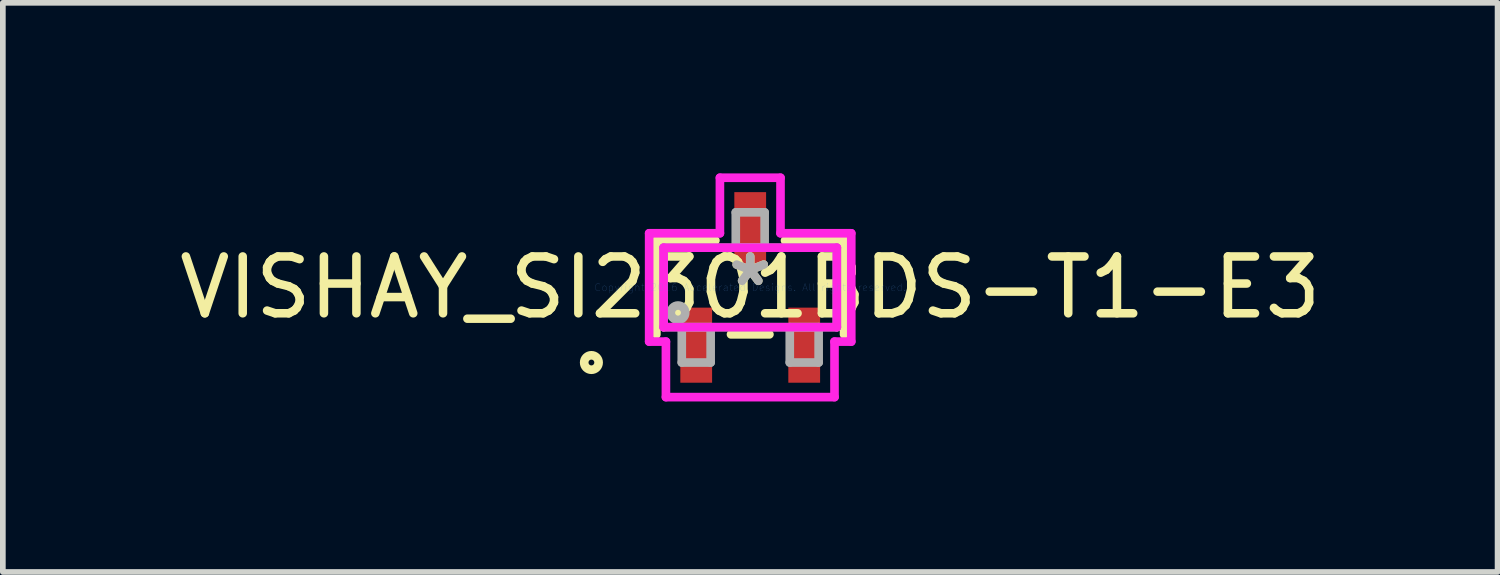
<source format=kicad_pcb>
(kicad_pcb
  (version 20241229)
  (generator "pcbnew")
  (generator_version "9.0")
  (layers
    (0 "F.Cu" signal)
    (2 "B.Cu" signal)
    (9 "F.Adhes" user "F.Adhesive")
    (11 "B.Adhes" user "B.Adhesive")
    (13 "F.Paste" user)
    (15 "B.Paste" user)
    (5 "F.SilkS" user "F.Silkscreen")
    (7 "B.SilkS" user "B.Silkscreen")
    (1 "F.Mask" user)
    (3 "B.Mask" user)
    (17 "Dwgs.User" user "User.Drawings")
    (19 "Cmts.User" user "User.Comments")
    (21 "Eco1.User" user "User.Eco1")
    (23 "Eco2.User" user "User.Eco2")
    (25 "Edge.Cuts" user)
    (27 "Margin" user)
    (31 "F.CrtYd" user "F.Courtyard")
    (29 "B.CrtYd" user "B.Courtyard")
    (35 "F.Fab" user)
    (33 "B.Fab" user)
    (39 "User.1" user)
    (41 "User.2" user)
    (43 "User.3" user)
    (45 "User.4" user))
  (footprint "VISHAY_SI2301BDS-T1-E3"
    (layer "F.Cu")
    (at 10.149 2.007)
    (property "Reference" "VISHAY_SI2301BDS-T1-E3" (at 0 0 0) (layer "F.SilkS") (effects (font (size 1 1) (thickness 0.15))))
    (attr through_hole)
    (fp_line (start -1.651 -0.826) (end -1.651 0.826) (stroke (width 0.152) (type solid)) (layer "F.SilkS"))
    (fp_line (start -0.612 -0.826) (end -1.651 -0.826) (stroke (width 0.152) (type solid)) (layer "F.SilkS"))
    (fp_line (start -0.338 0.826) (end 0.338 0.826) (stroke (width 0.152) (type solid)) (layer "F.SilkS"))
    (fp_line (start 1.651 -0.826) (end 0.612 -0.826) (stroke (width 0.152) (type solid)) (layer "F.SilkS"))
    (fp_line (start 1.651 0.826) (end 1.651 -0.826) (stroke (width 0.152) (type solid)) (layer "F.SilkS"))
    (fp_circle (center -2.794 1.321) (end -2.667 1.321) (stroke (width 0.152) (type solid)) (fill no) (layer "F.SilkS"))
    (fp_line (start -1.778 -0.953) (end -0.533 -0.953) (stroke (width 0.152) (type solid)) (layer "F.CrtYd"))
    (fp_line (start -1.778 0.953) (end -1.778 -0.953) (stroke (width 0.152) (type solid)) (layer "F.CrtYd"))
    (fp_line (start -1.524 -0.699) (end 1.524 -0.699) (stroke (width 0.152) (type solid)) (layer "F.CrtYd"))
    (fp_line (start -1.524 0.699) (end -1.524 -0.699) (stroke (width 0.152) (type solid)) (layer "F.CrtYd"))
    (fp_line (start -1.483 0.953) (end -1.778 0.953) (stroke (width 0.152) (type solid)) (layer "F.CrtYd"))
    (fp_line (start -1.483 1.93) (end -1.483 0.953) (stroke (width 0.152) (type solid)) (layer "F.CrtYd"))
    (fp_line (start -0.533 -1.93) (end 0.533 -1.93) (stroke (width 0.152) (type solid)) (layer "F.CrtYd"))
    (fp_line (start -0.533 -0.953) (end -0.533 -1.93) (stroke (width 0.152) (type solid)) (layer "F.CrtYd"))
    (fp_line (start 0.533 -1.93) (end 0.533 -0.953) (stroke (width 0.152) (type solid)) (layer "F.CrtYd"))
    (fp_line (start 0.533 -0.953) (end 1.778 -0.953) (stroke (width 0.152) (type solid)) (layer "F.CrtYd"))
    (fp_line (start 1.483 0.953) (end 1.483 1.93) (stroke (width 0.152) (type solid)) (layer "F.CrtYd"))
    (fp_line (start 1.483 1.93) (end -1.483 1.93) (stroke (width 0.152) (type solid)) (layer "F.CrtYd"))
    (fp_line (start 1.524 -0.699) (end 1.524 0.699) (stroke (width 0.152) (type solid)) (layer "F.CrtYd"))
    (fp_line (start 1.524 0.699) (end -1.524 0.699) (stroke (width 0.152) (type solid)) (layer "F.CrtYd"))
    (fp_line (start 1.778 -0.953) (end 1.778 0.953) (stroke (width 0.152) (type solid)) (layer "F.CrtYd"))
    (fp_line (start 1.778 0.953) (end 1.483 0.953) (stroke (width 0.152) (type solid)) (layer "F.CrtYd"))
    (fp_line (start -1.524 -0.699) (end -1.524 0.699) (stroke (width 0.152) (type solid)) (layer "F.Fab"))
    (fp_line (start -1.524 0.699) (end 1.524 0.699) (stroke (width 0.152) (type solid)) (layer "F.Fab"))
    (fp_line (start -1.204 0.699) (end -1.204 1.321) (stroke (width 0.152) (type solid)) (layer "F.Fab"))
    (fp_line (start -1.204 1.321) (end -0.696 1.321) (stroke (width 0.152) (type solid)) (layer "F.Fab"))
    (fp_line (start -0.696 0.699) (end -1.204 0.699) (stroke (width 0.152) (type solid)) (layer "F.Fab"))
    (fp_line (start -0.696 1.321) (end -0.696 0.699) (stroke (width 0.152) (type solid)) (layer "F.Fab"))
    (fp_line (start -0.254 -1.321) (end -0.254 -0.699) (stroke (width 0.152) (type solid)) (layer "F.Fab"))
    (fp_line (start -0.254 -0.699) (end 0.254 -0.699) (stroke (width 0.152) (type solid)) (layer "F.Fab"))
    (fp_line (start 0.254 -1.321) (end -0.254 -1.321) (stroke (width 0.152) (type solid)) (layer "F.Fab"))
    (fp_line (start 0.254 -0.699) (end 0.254 -1.321) (stroke (width 0.152) (type solid)) (layer "F.Fab"))
    (fp_line (start 0.696 0.699) (end 0.696 1.321) (stroke (width 0.152) (type solid)) (layer "F.Fab"))
    (fp_line (start 0.696 1.321) (end 1.204 1.321) (stroke (width 0.152) (type solid)) (layer "F.Fab"))
    (fp_line (start 1.204 0.699) (end 0.696 0.699) (stroke (width 0.152) (type solid)) (layer "F.Fab"))
    (fp_line (start 1.204 1.321) (end 1.204 0.699) (stroke (width 0.152) (type solid)) (layer "F.Fab"))
    (fp_line (start 1.524 -0.699) (end -1.524 -0.699) (stroke (width 0.152) (type solid)) (layer "F.Fab"))
    (fp_line (start 1.524 0.699) (end 1.524 -0.699) (stroke (width 0.152) (type solid)) (layer "F.Fab"))
    (fp_circle (center -1.27 0.445) (end -1.143 0.445) (stroke (width 0.152) (type solid)) (fill no) (layer "F.Fab"))
    (fp_text user "*" (at 0 0 0) (layer "F.SilkS") (effects (font (size 1 1) (thickness 0.15))))
    (fp_text user "Copyright 2016 Accelerated Designs. All rights reserved." (at 0 0 0) (layer "Cmts.User") (effects (font (size 0.127 0.127) (thickness 0.002))))
    (fp_text user "*" (at 0 0 0) (layer "F.Fab") (effects (font (size 1 1) (thickness 0.15))))
    (pad "1" smd rect (at -0.95 1.016) (size 0.559 1.321) (layers "F.Cu" "F.Mask" "F.Paste"))
    (pad "2" smd rect (at 0.95 1.016) (size 0.559 1.321) (layers "F.Cu" "F.Mask" "F.Paste"))
    (pad "3" smd rect (at 0 -1.016) (size 0.559 1.321) (layers "F.Cu" "F.Mask" "F.Paste")))
  (gr_rect
    (start -3 -3)
    (end 23.298 7.013)
    (stroke (width 0.1) (type default))
    (fill no)
    (layer "Edge.Cuts")))
</source>
